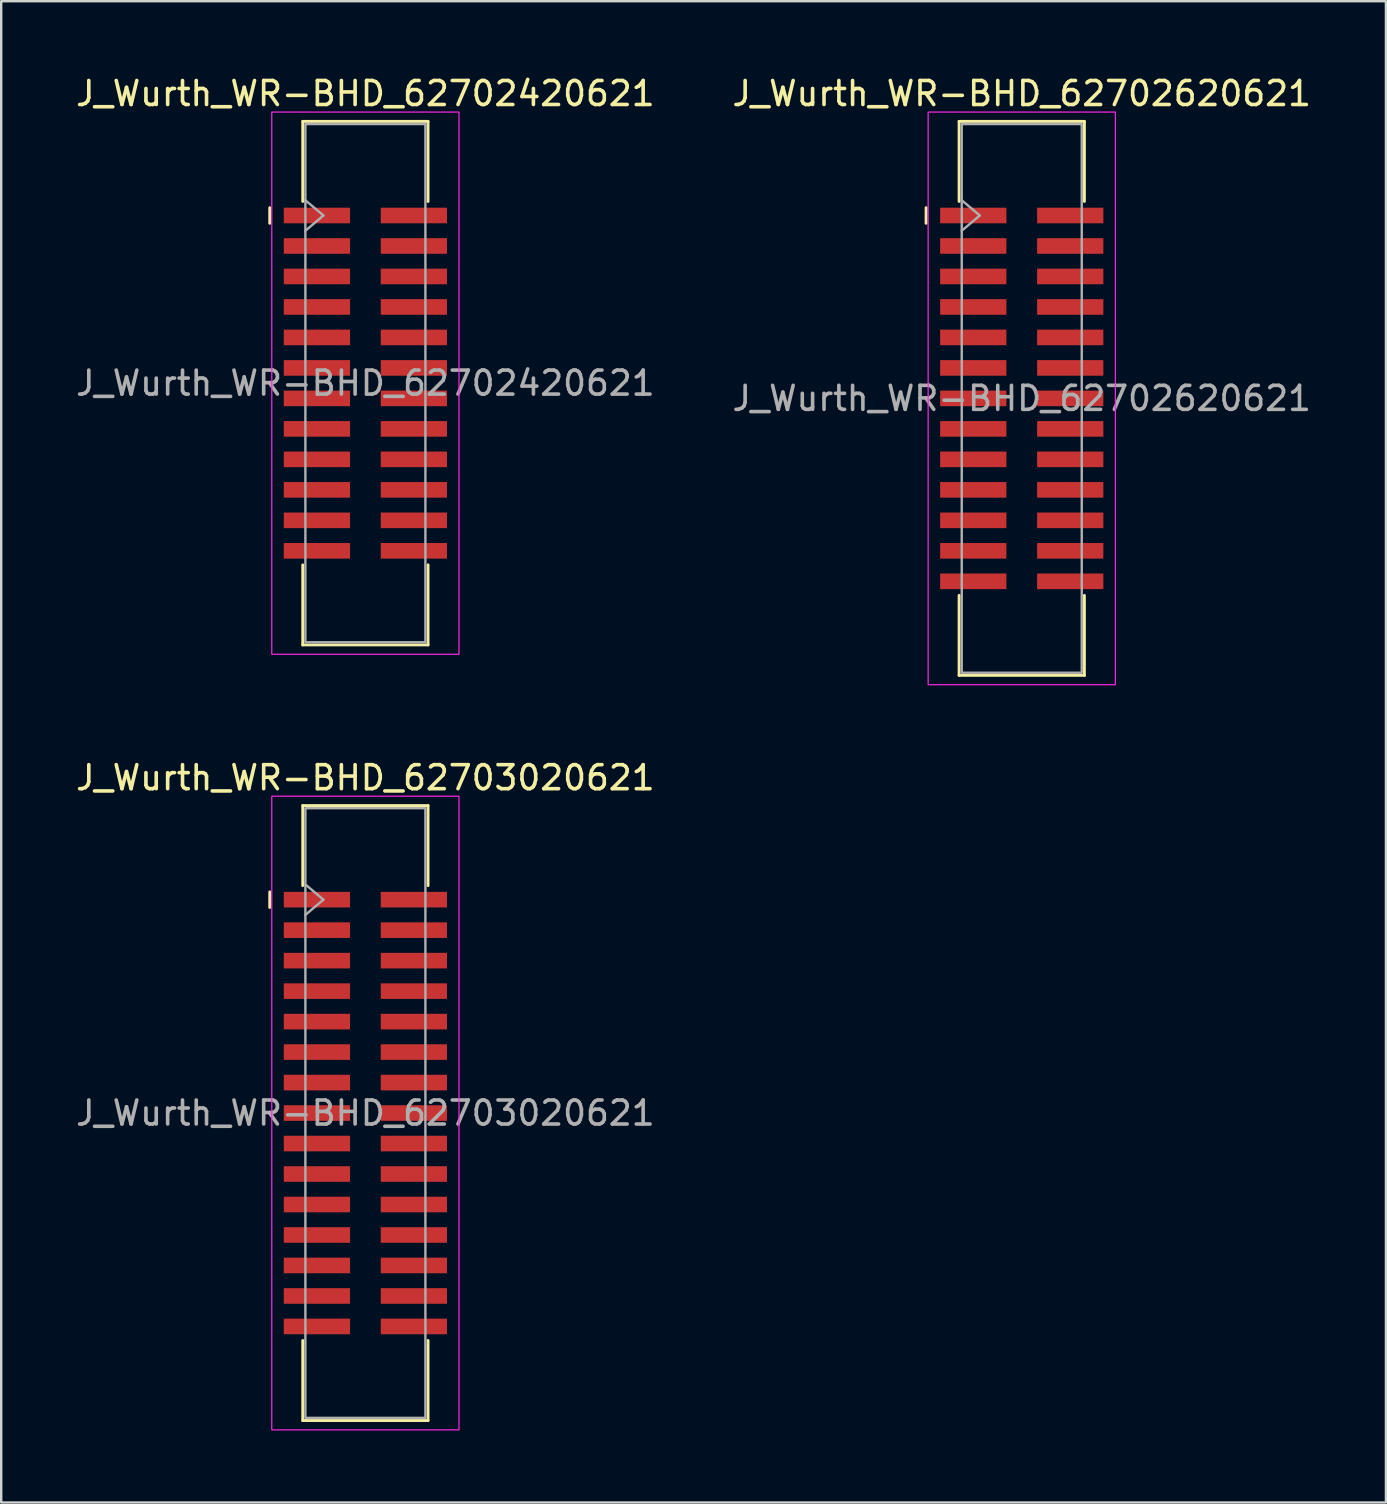
<source format=kicad_pcb>
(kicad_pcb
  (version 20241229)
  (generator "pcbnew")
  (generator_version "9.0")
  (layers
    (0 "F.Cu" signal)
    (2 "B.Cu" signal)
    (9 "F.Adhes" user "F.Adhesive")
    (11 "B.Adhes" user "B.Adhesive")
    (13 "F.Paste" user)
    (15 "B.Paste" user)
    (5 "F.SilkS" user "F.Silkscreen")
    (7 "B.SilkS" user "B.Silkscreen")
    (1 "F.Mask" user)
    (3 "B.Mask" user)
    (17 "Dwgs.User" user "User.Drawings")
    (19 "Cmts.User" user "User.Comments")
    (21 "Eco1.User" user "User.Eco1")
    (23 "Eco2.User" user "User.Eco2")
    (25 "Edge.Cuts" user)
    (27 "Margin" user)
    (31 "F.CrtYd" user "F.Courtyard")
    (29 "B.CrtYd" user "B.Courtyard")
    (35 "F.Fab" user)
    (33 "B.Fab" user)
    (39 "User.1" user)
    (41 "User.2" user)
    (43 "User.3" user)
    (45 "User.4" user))
  (footprint "J_Wurth_WR-BHD_62703020621"
    (layer "F.Cu")
    (at 12.173 43.322)
    (property "Reference" "J_Wurth_WR-BHD_62703020621" (at 0 -13.97 0) (unlocked yes) (layer "F.SilkS") (effects (font (size 1 1) (thickness 0.15))))
    (attr smd)
    (fp_line (start -3.985 -9.215) (end -3.985 -8.565) (stroke (width 0.12) (type solid)) (layer "F.SilkS"))
    (fp_line (start -2.61 -12.81) (end 2.61 -12.81) (stroke (width 0.12) (type default)) (layer "F.SilkS"))
    (fp_line (start -2.61 -9.475) (end -2.61 -12.81) (stroke (width 0.12) (type solid)) (layer "F.SilkS"))
    (fp_line (start -2.61 12.81) (end -2.61 9.475) (stroke (width 0.12) (type solid)) (layer "F.SilkS"))
    (fp_line (start 2.61 -9.475) (end 2.61 -12.81) (stroke (width 0.12) (type solid)) (layer "F.SilkS"))
    (fp_line (start 2.61 9.475) (end 2.61 12.81) (stroke (width 0.12) (type solid)) (layer "F.SilkS"))
    (fp_line (start 2.61 12.81) (end -2.61 12.81) (stroke (width 0.12) (type default)) (layer "F.SilkS"))
    (fp_rect (start -3.9 -13.2) (end 3.9 13.2) (stroke (width 0.05) (type solid)) (fill no) (layer "F.CrtYd"))
    (fp_line (start -1.75 -8.89) (end -2.5 -9.525) (stroke (width 0.1) (type solid)) (layer "F.Fab"))
    (fp_line (start -1.75 -8.89) (end -2.5 -8.255) (stroke (width 0.1) (type solid)) (layer "F.Fab"))
    (fp_rect (start -2.5 -12.7) (end 2.5 12.7) (stroke (width 0.1) (type solid)) (fill no) (layer "F.Fab"))
    (fp_text user "${REFERENCE}" (at 0 0 0) (unlocked yes) (layer "F.Fab") (effects (font (size 1 1) (thickness 0.15))))
    (pad "1" smd rect (at -2.02 -8.89 270) (size 0.65 2.76) (layers "F.Cu" "F.Mask" "F.Paste"))
    (pad "2" smd rect (at 2.02 -8.89 270) (size 0.65 2.76) (layers "F.Cu" "F.Mask" "F.Paste"))
    (pad "3" smd rect (at -2.02 -7.62 270) (size 0.65 2.76) (layers "F.Cu" "F.Mask" "F.Paste"))
    (pad "4" smd rect (at 2.02 -7.62 270) (size 0.65 2.76) (layers "F.Cu" "F.Mask" "F.Paste"))
    (pad "5" smd rect (at -2.02 -6.35 270) (size 0.65 2.76) (layers "F.Cu" "F.Mask" "F.Paste"))
    (pad "6" smd rect (at 2.02 -6.35 270) (size 0.65 2.76) (layers "F.Cu" "F.Mask" "F.Paste"))
    (pad "7" smd rect (at -2.02 -5.08 270) (size 0.65 2.76) (layers "F.Cu" "F.Mask" "F.Paste"))
    (pad "8" smd rect (at 2.02 -5.08 270) (size 0.65 2.76) (layers "F.Cu" "F.Mask" "F.Paste"))
    (pad "9" smd rect (at -2.02 -3.81 270) (size 0.65 2.76) (layers "F.Cu" "F.Mask" "F.Paste"))
    (pad "10" smd rect (at 2.02 -3.81 270) (size 0.65 2.76) (layers "F.Cu" "F.Mask" "F.Paste"))
    (pad "11" smd rect (at -2.02 -2.54 270) (size 0.65 2.76) (layers "F.Cu" "F.Mask" "F.Paste"))
    (pad "12" smd rect (at 2.02 -2.54 270) (size 0.65 2.76) (layers "F.Cu" "F.Mask" "F.Paste"))
    (pad "13" smd rect (at -2.02 -1.27 270) (size 0.65 2.76) (layers "F.Cu" "F.Mask" "F.Paste"))
    (pad "14" smd rect (at 2.02 -1.27 270) (size 0.65 2.76) (layers "F.Cu" "F.Mask" "F.Paste"))
    (pad "15" smd rect (at -2.02 0 270) (size 0.65 2.76) (layers "F.Cu" "F.Mask" "F.Paste"))
    (pad "16" smd rect (at 2.02 0 270) (size 0.65 2.76) (layers "F.Cu" "F.Mask" "F.Paste"))
    (pad "17" smd rect (at -2.02 1.27 270) (size 0.65 2.76) (layers "F.Cu" "F.Mask" "F.Paste"))
    (pad "18" smd rect (at 2.02 1.27 270) (size 0.65 2.76) (layers "F.Cu" "F.Mask" "F.Paste"))
    (pad "19" smd rect (at -2.02 2.54 270) (size 0.65 2.76) (layers "F.Cu" "F.Mask" "F.Paste"))
    (pad "20" smd rect (at 2.02 2.54 270) (size 0.65 2.76) (layers "F.Cu" "F.Mask" "F.Paste"))
    (pad "21" smd rect (at -2.02 3.81 270) (size 0.65 2.76) (layers "F.Cu" "F.Mask" "F.Paste"))
    (pad "22" smd rect (at 2.02 3.81 270) (size 0.65 2.76) (layers "F.Cu" "F.Mask" "F.Paste"))
    (pad "23" smd rect (at -2.02 5.08 270) (size 0.65 2.76) (layers "F.Cu" "F.Mask" "F.Paste"))
    (pad "24" smd rect (at 2.02 5.08 270) (size 0.65 2.76) (layers "F.Cu" "F.Mask" "F.Paste"))
    (pad "25" smd rect (at -2.02 6.35 270) (size 0.65 2.76) (layers "F.Cu" "F.Mask" "F.Paste"))
    (pad "26" smd rect (at 2.02 6.35 270) (size 0.65 2.76) (layers "F.Cu" "F.Mask" "F.Paste"))
    (pad "27" smd rect (at -2.02 7.62 270) (size 0.65 2.76) (layers "F.Cu" "F.Mask" "F.Paste"))
    (pad "28" smd rect (at 2.02 7.62 270) (size 0.65 2.76) (layers "F.Cu" "F.Mask" "F.Paste"))
    (pad "29" smd rect (at -2.02 8.89 270) (size 0.65 2.76) (layers "F.Cu" "F.Mask" "F.Paste"))
    (pad "30" smd rect (at 2.02 8.89 270) (size 0.65 2.76) (layers "F.Cu" "F.Mask" "F.Paste")))
  (footprint "J_Wurth_WR-BHD_62702620621"
    (layer "F.Cu")
    (at 39.518 13.548)
    (property "Reference" "J_Wurth_WR-BHD_62702620621" (at 0 -12.7 0) (unlocked yes) (layer "F.SilkS") (effects (font (size 1 1) (thickness 0.15))))
    (attr smd)
    (fp_line (start -3.985 -7.945) (end -3.985 -7.295) (stroke (width 0.12) (type solid)) (layer "F.SilkS"))
    (fp_line (start -2.61 -11.54) (end 2.61 -11.54) (stroke (width 0.12) (type default)) (layer "F.SilkS"))
    (fp_line (start -2.61 -8.205) (end -2.61 -11.54) (stroke (width 0.12) (type solid)) (layer "F.SilkS"))
    (fp_line (start -2.61 11.54) (end -2.61 8.205) (stroke (width 0.12) (type solid)) (layer "F.SilkS"))
    (fp_line (start 2.61 -8.205) (end 2.61 -11.54) (stroke (width 0.12) (type solid)) (layer "F.SilkS"))
    (fp_line (start 2.61 8.205) (end 2.61 11.54) (stroke (width 0.12) (type solid)) (layer "F.SilkS"))
    (fp_line (start 2.61 11.54) (end -2.61 11.54) (stroke (width 0.12) (type default)) (layer "F.SilkS"))
    (fp_rect (start -3.9 -11.93) (end 3.9 11.93) (stroke (width 0.05) (type solid)) (fill no) (layer "F.CrtYd"))
    (fp_line (start -1.75 -7.62) (end -2.5 -8.255) (stroke (width 0.1) (type solid)) (layer "F.Fab"))
    (fp_line (start -1.75 -7.62) (end -2.5 -6.985) (stroke (width 0.1) (type solid)) (layer "F.Fab"))
    (fp_rect (start -2.5 -11.43) (end 2.5 11.43) (stroke (width 0.1) (type solid)) (fill no) (layer "F.Fab"))
    (fp_text user "${REFERENCE}" (at 0 0 0) (unlocked yes) (layer "F.Fab") (effects (font (size 1 1) (thickness 0.15))))
    (pad "1" smd rect (at -2.02 -7.62 270) (size 0.65 2.76) (layers "F.Cu" "F.Mask" "F.Paste"))
    (pad "2" smd rect (at 2.02 -7.62 270) (size 0.65 2.76) (layers "F.Cu" "F.Mask" "F.Paste"))
    (pad "3" smd rect (at -2.02 -6.35 270) (size 0.65 2.76) (layers "F.Cu" "F.Mask" "F.Paste"))
    (pad "4" smd rect (at 2.02 -6.35 270) (size 0.65 2.76) (layers "F.Cu" "F.Mask" "F.Paste"))
    (pad "5" smd rect (at -2.02 -5.08 270) (size 0.65 2.76) (layers "F.Cu" "F.Mask" "F.Paste"))
    (pad "6" smd rect (at 2.02 -5.08 270) (size 0.65 2.76) (layers "F.Cu" "F.Mask" "F.Paste"))
    (pad "7" smd rect (at -2.02 -3.81 270) (size 0.65 2.76) (layers "F.Cu" "F.Mask" "F.Paste"))
    (pad "8" smd rect (at 2.02 -3.81 270) (size 0.65 2.76) (layers "F.Cu" "F.Mask" "F.Paste"))
    (pad "9" smd rect (at -2.02 -2.54 270) (size 0.65 2.76) (layers "F.Cu" "F.Mask" "F.Paste"))
    (pad "10" smd rect (at 2.02 -2.54 270) (size 0.65 2.76) (layers "F.Cu" "F.Mask" "F.Paste"))
    (pad "11" smd rect (at -2.02 -1.27 270) (size 0.65 2.76) (layers "F.Cu" "F.Mask" "F.Paste"))
    (pad "12" smd rect (at 2.02 -1.27 270) (size 0.65 2.76) (layers "F.Cu" "F.Mask" "F.Paste"))
    (pad "13" smd rect (at -2.02 0 270) (size 0.65 2.76) (layers "F.Cu" "F.Mask" "F.Paste"))
    (pad "14" smd rect (at 2.02 0 270) (size 0.65 2.76) (layers "F.Cu" "F.Mask" "F.Paste"))
    (pad "15" smd rect (at -2.02 1.27 270) (size 0.65 2.76) (layers "F.Cu" "F.Mask" "F.Paste"))
    (pad "16" smd rect (at 2.02 1.27 270) (size 0.65 2.76) (layers "F.Cu" "F.Mask" "F.Paste"))
    (pad "17" smd rect (at -2.02 2.54 270) (size 0.65 2.76) (layers "F.Cu" "F.Mask" "F.Paste"))
    (pad "18" smd rect (at 2.02 2.54 270) (size 0.65 2.76) (layers "F.Cu" "F.Mask" "F.Paste"))
    (pad "19" smd rect (at -2.02 3.81 270) (size 0.65 2.76) (layers "F.Cu" "F.Mask" "F.Paste"))
    (pad "20" smd rect (at 2.02 3.81 270) (size 0.65 2.76) (layers "F.Cu" "F.Mask" "F.Paste"))
    (pad "21" smd rect (at -2.02 5.08 270) (size 0.65 2.76) (layers "F.Cu" "F.Mask" "F.Paste"))
    (pad "22" smd rect (at 2.02 5.08 270) (size 0.65 2.76) (layers "F.Cu" "F.Mask" "F.Paste"))
    (pad "23" smd rect (at -2.02 6.35 270) (size 0.65 2.76) (layers "F.Cu" "F.Mask" "F.Paste"))
    (pad "24" smd rect (at 2.02 6.35 270) (size 0.65 2.76) (layers "F.Cu" "F.Mask" "F.Paste"))
    (pad "25" smd rect (at -2.02 7.62 270) (size 0.65 2.76) (layers "F.Cu" "F.Mask" "F.Paste"))
    (pad "26" smd rect (at 2.02 7.62 270) (size 0.65 2.76) (layers "F.Cu" "F.Mask" "F.Paste")))
  (footprint "J_Wurth_WR-BHD_62702420621"
    (layer "F.Cu")
    (at 12.173 12.913)
    (property "Reference" "J_Wurth_WR-BHD_62702420621" (at 0 -12.065 0) (unlocked yes) (layer "F.SilkS") (effects (font (size 1 1) (thickness 0.15))))
    (attr smd)
    (fp_line (start -3.985 -7.31) (end -3.985 -6.66) (stroke (width 0.12) (type solid)) (layer "F.SilkS"))
    (fp_line (start -2.61 -10.905) (end 2.61 -10.905) (stroke (width 0.12) (type default)) (layer "F.SilkS"))
    (fp_line (start -2.61 -7.57) (end -2.61 -10.905) (stroke (width 0.12) (type solid)) (layer "F.SilkS"))
    (fp_line (start -2.61 10.905) (end -2.61 7.57) (stroke (width 0.12) (type solid)) (layer "F.SilkS"))
    (fp_line (start 2.61 -7.57) (end 2.61 -10.905) (stroke (width 0.12) (type solid)) (layer "F.SilkS"))
    (fp_line (start 2.61 7.57) (end 2.61 10.905) (stroke (width 0.12) (type solid)) (layer "F.SilkS"))
    (fp_line (start 2.61 10.905) (end -2.61 10.905) (stroke (width 0.12) (type default)) (layer "F.SilkS"))
    (fp_rect (start -3.9 -11.295) (end 3.9 11.295) (stroke (width 0.05) (type solid)) (fill no) (layer "F.CrtYd"))
    (fp_line (start -1.75 -6.985) (end -2.5 -7.62) (stroke (width 0.1) (type solid)) (layer "F.Fab"))
    (fp_line (start -1.75 -6.985) (end -2.5 -6.35) (stroke (width 0.1) (type solid)) (layer "F.Fab"))
    (fp_rect (start -2.5 -10.795) (end 2.5 10.795) (stroke (width 0.1) (type solid)) (fill no) (layer "F.Fab"))
    (fp_text user "${REFERENCE}" (at 0 0 0) (unlocked yes) (layer "F.Fab") (effects (font (size 1 1) (thickness 0.15))))
    (pad "1" smd rect (at -2.02 -6.985 270) (size 0.65 2.76) (layers "F.Cu" "F.Mask" "F.Paste"))
    (pad "2" smd rect (at 2.02 -6.985 270) (size 0.65 2.76) (layers "F.Cu" "F.Mask" "F.Paste"))
    (pad "3" smd rect (at -2.02 -5.715 270) (size 0.65 2.76) (layers "F.Cu" "F.Mask" "F.Paste"))
    (pad "4" smd rect (at 2.02 -5.715 270) (size 0.65 2.76) (layers "F.Cu" "F.Mask" "F.Paste"))
    (pad "5" smd rect (at -2.02 -4.445 270) (size 0.65 2.76) (layers "F.Cu" "F.Mask" "F.Paste"))
    (pad "6" smd rect (at 2.02 -4.445 270) (size 0.65 2.76) (layers "F.Cu" "F.Mask" "F.Paste"))
    (pad "7" smd rect (at -2.02 -3.175 270) (size 0.65 2.76) (layers "F.Cu" "F.Mask" "F.Paste"))
    (pad "8" smd rect (at 2.02 -3.175 270) (size 0.65 2.76) (layers "F.Cu" "F.Mask" "F.Paste"))
    (pad "9" smd rect (at -2.02 -1.905 270) (size 0.65 2.76) (layers "F.Cu" "F.Mask" "F.Paste"))
    (pad "10" smd rect (at 2.02 -1.905 270) (size 0.65 2.76) (layers "F.Cu" "F.Mask" "F.Paste"))
    (pad "11" smd rect (at -2.02 -0.635 270) (size 0.65 2.76) (layers "F.Cu" "F.Mask" "F.Paste"))
    (pad "12" smd rect (at 2.02 -0.635 270) (size 0.65 2.76) (layers "F.Cu" "F.Mask" "F.Paste"))
    (pad "13" smd rect (at -2.02 0.635 270) (size 0.65 2.76) (layers "F.Cu" "F.Mask" "F.Paste"))
    (pad "14" smd rect (at 2.02 0.635 270) (size 0.65 2.76) (layers "F.Cu" "F.Mask" "F.Paste"))
    (pad "15" smd rect (at -2.02 1.905 270) (size 0.65 2.76) (layers "F.Cu" "F.Mask" "F.Paste"))
    (pad "16" smd rect (at 2.02 1.905 270) (size 0.65 2.76) (layers "F.Cu" "F.Mask" "F.Paste"))
    (pad "17" smd rect (at -2.02 3.175 270) (size 0.65 2.76) (layers "F.Cu" "F.Mask" "F.Paste"))
    (pad "18" smd rect (at 2.02 3.175 270) (size 0.65 2.76) (layers "F.Cu" "F.Mask" "F.Paste"))
    (pad "19" smd rect (at -2.02 4.445 270) (size 0.65 2.76) (layers "F.Cu" "F.Mask" "F.Paste"))
    (pad "20" smd rect (at 2.02 4.445 270) (size 0.65 2.76) (layers "F.Cu" "F.Mask" "F.Paste"))
    (pad "21" smd rect (at -2.02 5.715 270) (size 0.65 2.76) (layers "F.Cu" "F.Mask" "F.Paste"))
    (pad "22" smd rect (at 2.02 5.715 270) (size 0.65 2.76) (layers "F.Cu" "F.Mask" "F.Paste"))
    (pad "23" smd rect (at -2.02 6.985 270) (size 0.65 2.76) (layers "F.Cu" "F.Mask" "F.Paste"))
    (pad "24" smd rect (at 2.02 6.985 270) (size 0.65 2.76) (layers "F.Cu" "F.Mask" "F.Paste")))
  (gr_rect
    (start -3 -3)
    (end 54.69 59.547)
    (stroke (width 0.1) (type default))
    (fill no)
    (layer "Edge.Cuts")))
</source>
